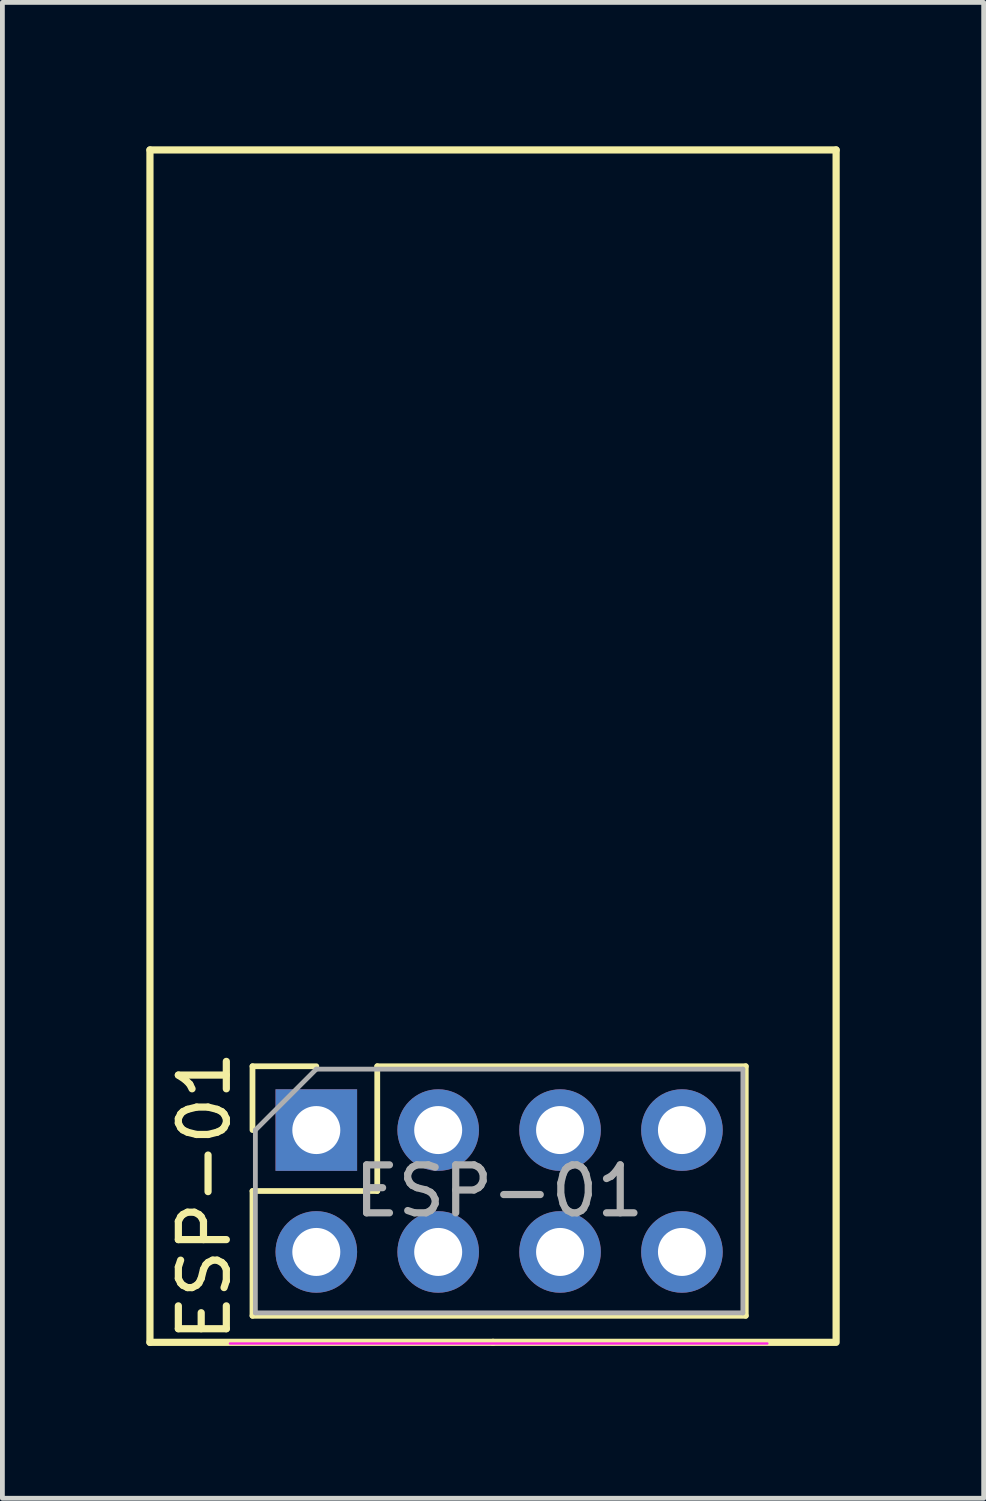
<source format=kicad_pcb>
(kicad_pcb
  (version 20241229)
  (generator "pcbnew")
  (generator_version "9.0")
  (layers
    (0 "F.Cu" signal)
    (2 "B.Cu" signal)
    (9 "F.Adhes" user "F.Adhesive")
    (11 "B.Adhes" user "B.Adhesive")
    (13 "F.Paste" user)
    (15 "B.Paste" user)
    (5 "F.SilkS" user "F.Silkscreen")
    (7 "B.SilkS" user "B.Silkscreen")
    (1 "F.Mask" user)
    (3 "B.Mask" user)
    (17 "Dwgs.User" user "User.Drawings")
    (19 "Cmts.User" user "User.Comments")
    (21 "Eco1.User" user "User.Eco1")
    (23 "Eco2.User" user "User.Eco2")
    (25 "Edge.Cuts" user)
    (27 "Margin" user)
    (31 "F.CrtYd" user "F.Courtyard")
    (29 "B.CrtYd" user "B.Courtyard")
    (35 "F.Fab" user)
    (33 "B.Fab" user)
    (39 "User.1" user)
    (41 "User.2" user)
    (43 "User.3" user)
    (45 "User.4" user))
  (footprint "ESP-01"
    (layer "F.Cu")
    (at 7.225 24.925)
    (property "Reference" "ESP-01" (at -6.013 -3.046 90) (layer "F.SilkS") (effects (font (size 1 1) (thickness 0.15))))
    (attr through_hole)
    (fp_line (start -7.15 -24.85) (end -7.15 0) (stroke (width 0.15) (type solid)) (layer "F.SilkS"))
    (fp_line (start -7.15 0) (end 0 0) (stroke (width 0.15) (type solid)) (layer "F.SilkS"))
    (fp_line (start -5.013 -5.754) (end -5.013 -4.424) (stroke (width 0.12) (type solid)) (layer "F.SilkS"))
    (fp_line (start -5.013 -3.154) (end -5.013 -0.554) (stroke (width 0.12) (type solid)) (layer "F.SilkS"))
    (fp_line (start -5.013 -0.554) (end 5.267 -0.554) (stroke (width 0.12) (type solid)) (layer "F.SilkS"))
    (fp_line (start -3.683 -5.754) (end -5.013 -5.754) (stroke (width 0.12) (type solid)) (layer "F.SilkS"))
    (fp_line (start -2.413 -5.754) (end -2.413 -3.154) (stroke (width 0.12) (type solid)) (layer "F.SilkS"))
    (fp_line (start -2.413 -5.754) (end 5.267 -5.754) (stroke (width 0.12) (type solid)) (layer "F.SilkS"))
    (fp_line (start -2.413 -3.154) (end -5.013 -3.154) (stroke (width 0.12) (type solid)) (layer "F.SilkS"))
    (fp_line (start 0 0) (end 7.15 0) (stroke (width 0.15) (type solid)) (layer "F.SilkS"))
    (fp_line (start 5.267 -5.754) (end 5.267 -0.554) (stroke (width 0.12) (type solid)) (layer "F.SilkS"))
    (fp_line (start 7.15 -24.85) (end -7.15 -24.85) (stroke (width 0.15) (type solid)) (layer "F.SilkS"))
    (fp_line (start 7.15 -0.05) (end 7.15 -24.85) (stroke (width 0.15) (type solid)) (layer "F.SilkS"))
    (fp_line (start -5.483 0.024) (end 5.717 0.024) (stroke (width 0.05) (type solid)) (layer "F.CrtYd"))
    (fp_line (start -4.953 -4.424) (end -4.953 -0.614) (stroke (width 0.1) (type solid)) (layer "F.Fab"))
    (fp_line (start -4.953 -0.614) (end 5.207 -0.614) (stroke (width 0.1) (type solid)) (layer "F.Fab"))
    (fp_line (start -3.683 -5.694) (end -4.953 -4.424) (stroke (width 0.1) (type solid)) (layer "F.Fab"))
    (fp_line (start 5.207 -5.694) (end -3.683 -5.694) (stroke (width 0.1) (type solid)) (layer "F.Fab"))
    (fp_line (start 5.207 -0.614) (end 5.207 -5.694) (stroke (width 0.1) (type solid)) (layer "F.Fab"))
    (fp_text user "${REFERENCE}" (at 0.127 -3.154 0) (layer "F.Fab") (effects (font (size 1 1) (thickness 0.15))))
    (pad "1" thru_hole rect (at -3.683 -4.424 90) (size 1.7 1.7) (drill 1) (layers "*.Cu" "*.Mask"))
    (pad "2" thru_hole oval (at -3.683 -1.884 90) (size 1.7 1.7) (drill 1) (layers "*.Cu" "*.Mask"))
    (pad "3" thru_hole oval (at -1.143 -4.424 90) (size 1.7 1.7) (drill 1) (layers "*.Cu" "*.Mask"))
    (pad "4" thru_hole oval (at -1.143 -1.884 90) (size 1.7 1.7) (drill 1) (layers "*.Cu" "*.Mask"))
    (pad "5" thru_hole oval (at 1.397 -4.424 90) (size 1.7 1.7) (drill 1) (layers "*.Cu" "*.Mask"))
    (pad "6" thru_hole oval (at 1.397 -1.884 90) (size 1.7 1.7) (drill 1) (layers "*.Cu" "*.Mask"))
    (pad "7" thru_hole oval (at 3.937 -4.424 90) (size 1.7 1.7) (drill 1) (layers "*.Cu" "*.Mask"))
    (pad "8" thru_hole oval (at 3.937 -1.884 90) (size 1.7 1.7) (drill 1) (layers "*.Cu" "*.Mask")))
  (gr_rect
    (start -3 -3)
    (end 17.45 28.175)
    (stroke (width 0.1) (type default))
    (fill no)
    (layer "Edge.Cuts")))
</source>
